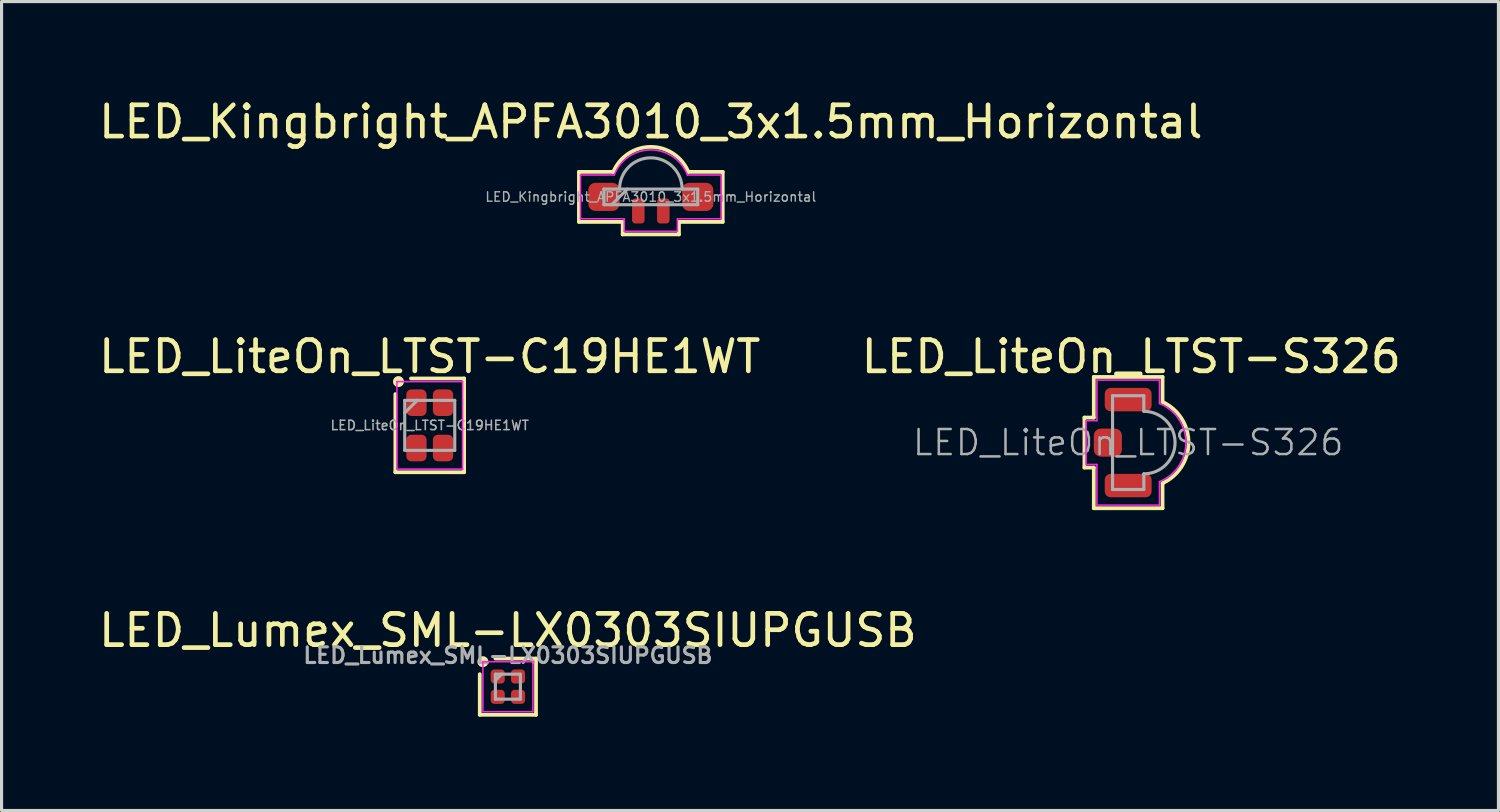
<source format=kicad_pcb>
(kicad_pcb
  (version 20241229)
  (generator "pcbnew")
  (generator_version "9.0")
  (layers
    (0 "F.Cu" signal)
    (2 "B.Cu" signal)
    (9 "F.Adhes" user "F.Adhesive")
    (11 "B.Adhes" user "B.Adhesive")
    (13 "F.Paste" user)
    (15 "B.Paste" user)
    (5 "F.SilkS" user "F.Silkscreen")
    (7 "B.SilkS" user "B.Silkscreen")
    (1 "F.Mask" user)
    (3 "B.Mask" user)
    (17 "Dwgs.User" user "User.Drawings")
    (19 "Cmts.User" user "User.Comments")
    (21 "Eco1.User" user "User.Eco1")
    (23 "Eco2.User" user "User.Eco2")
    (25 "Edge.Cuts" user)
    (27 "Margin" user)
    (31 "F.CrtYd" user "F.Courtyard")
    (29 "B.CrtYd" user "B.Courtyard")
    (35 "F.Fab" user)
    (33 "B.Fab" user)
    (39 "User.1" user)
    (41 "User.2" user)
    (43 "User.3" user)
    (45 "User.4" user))
  (footprint "LED_Lumex_SML-LX0303SIUPGUSB"
    (layer "F.Cu")
    (at 13.196 18.915)
    (property "Reference" "LED_Lumex_SML-LX0303SIUPGUSB" (at 0 -1.8 0) (layer "F.SilkS") (effects (font (size 1 1) (thickness 0.15))))
    (attr smd)
    (fp_line (start -0.9 -0.4) (end -0.9 0.9) (stroke (width 0.12) (type default)) (layer "F.SilkS"))
    (fp_line (start -0.9 0.9) (end 0.9 0.9) (stroke (width 0.12) (type default)) (layer "F.SilkS"))
    (fp_line (start 0.9 -0.9) (end -0.4 -0.9) (stroke (width 0.12) (type default)) (layer "F.SilkS"))
    (fp_line (start 0.9 0.9) (end 0.9 -0.9) (stroke (width 0.12) (type default)) (layer "F.SilkS"))
    (fp_circle (center -0.8 -0.8) (end -0.7 -0.8) (stroke (width 0.15) (type solid)) (fill yes) (layer "F.SilkS"))
    (fp_line (start -0.8 -0.8) (end -0.8 0.8) (stroke (width 0.05) (type solid)) (layer "F.CrtYd"))
    (fp_line (start -0.8 0.8) (end 0.8 0.8) (stroke (width 0.05) (type solid)) (layer "F.CrtYd"))
    (fp_line (start 0.8 -0.8) (end -0.8 -0.8) (stroke (width 0.05) (type solid)) (layer "F.CrtYd"))
    (fp_line (start 0.8 0.8) (end 0.8 -0.8) (stroke (width 0.05) (type solid)) (layer "F.CrtYd"))
    (fp_line (start -0.4 -0.4) (end -0.2 -0.4) (stroke (width 0.1) (type default)) (layer "F.Fab"))
    (fp_line (start -0.4 -0.2) (end -0.4 -0.4) (stroke (width 0.1) (type default)) (layer "F.Fab"))
    (fp_line (start -0.4 -0.2) (end -0.4 0.4) (stroke (width 0.1) (type solid)) (layer "F.Fab"))
    (fp_line (start -0.4 0.4) (end 0.4 0.4) (stroke (width 0.1) (type solid)) (layer "F.Fab"))
    (fp_line (start -0.2 -0.4) (end -0.4 -0.2) (stroke (width 0.1) (type solid)) (layer "F.Fab"))
    (fp_line (start 0.4 -0.4) (end -0.2 -0.4) (stroke (width 0.1) (type solid)) (layer "F.Fab"))
    (fp_line (start 0.4 0.4) (end 0.4 -0.4) (stroke (width 0.1) (type solid)) (layer "F.Fab"))
    (fp_text user "${REFERENCE}" (at 0 -1 0) (layer "F.Fab") (effects (font (size 0.5 0.5) (thickness 0.1))))
    (pad "1" smd roundrect (at -0.325 -0.325) (size 0.45 0.45) (layers "F.Cu" "F.Mask" "F.Paste") (roundrect_rratio 0.25))
    (pad "2" smd roundrect (at 0.325 -0.325) (size 0.45 0.45) (layers "F.Cu" "F.Mask" "F.Paste") (roundrect_rratio 0.25))
    (pad "3" smd roundrect (at 0.325 0.325) (size 0.45 0.45) (layers "F.Cu" "F.Mask" "F.Paste") (roundrect_rratio 0.25))
    (pad "4" smd roundrect (at -0.325 0.325) (size 0.45 0.45) (layers "F.Cu" "F.Mask" "F.Paste") (roundrect_rratio 0.25)))
  (footprint "LED_LiteOn_LTST-C19HE1WT"
    (layer "F.Cu")
    (at 10.696 10.556)
    (property "Reference" "LED_LiteOn_LTST-C19HE1WT" (at 0 -2.2 0) (layer "F.SilkS") (effects (font (size 1 1) (thickness 0.15))))
    (attr smd)
    (fp_line (start -1.1 -1) (end -1.1 1.5) (stroke (width 0.12) (type default)) (layer "F.SilkS"))
    (fp_line (start -1.1 1.5) (end 1.1 1.5) (stroke (width 0.12) (type default)) (layer "F.SilkS"))
    (fp_line (start 1.1 -1.5) (end -0.6 -1.5) (stroke (width 0.12) (type default)) (layer "F.SilkS"))
    (fp_line (start 1.1 1.5) (end 1.1 -1.5) (stroke (width 0.12) (type default)) (layer "F.SilkS"))
    (fp_circle (center -1 -1.4) (end -0.9 -1.4) (stroke (width 0.15) (type solid)) (fill yes) (layer "F.SilkS"))
    (fp_line (start -1.05 -1.4) (end 1.05 -1.4) (stroke (width 0.05) (type solid)) (layer "F.CrtYd"))
    (fp_line (start -1.05 1.4) (end -1.05 -1.4) (stroke (width 0.05) (type solid)) (layer "F.CrtYd"))
    (fp_line (start 1.05 -1.4) (end 1.05 1.4) (stroke (width 0.05) (type solid)) (layer "F.CrtYd"))
    (fp_line (start 1.05 1.4) (end -1.05 1.4) (stroke (width 0.05) (type solid)) (layer "F.CrtYd"))
    (fp_line (start -0.8 -0.4) (end -0.8 0.8) (stroke (width 0.1) (type solid)) (layer "F.Fab"))
    (fp_line (start -0.8 0.8) (end 0.8 0.8) (stroke (width 0.1) (type solid)) (layer "F.Fab"))
    (fp_line (start -0.4 -0.8) (end -0.8 -0.4) (stroke (width 0.1) (type solid)) (layer "F.Fab"))
    (fp_line (start 0.8 -0.8) (end -0.4 -0.8) (stroke (width 0.1) (type solid)) (layer "F.Fab"))
    (fp_line (start 0.8 0.8) (end 0.8 -0.8) (stroke (width 0.1) (type solid)) (layer "F.Fab"))
    (fp_rect (start -0.8 -0.4) (end -0.8 -0.8) (stroke (width 0.1) (type default)) (fill no) (layer "F.Fab"))
    (fp_rect (start -0.4 -0.8) (end -0.8 -0.8) (stroke (width 0.1) (type default)) (fill no) (layer "F.Fab"))
    (fp_text user "${REFERENCE}" (at 0 0 0) (layer "F.Fab") (effects (font (size 0.3 0.3) (thickness 0.05))))
    (pad "1" smd roundrect (at -0.425 -0.725) (size 0.65 0.85) (layers "F.Cu" "F.Mask" "F.Paste") (roundrect_rratio 0.25))
    (pad "2" smd roundrect (at 0.425 -0.725) (size 0.65 0.85) (layers "F.Cu" "F.Mask" "F.Paste") (roundrect_rratio 0.25))
    (pad "3" smd roundrect (at 0.425 0.725) (size 0.65 0.85) (layers "F.Cu" "F.Mask" "F.Paste") (roundrect_rratio 0.25))
    (pad "4" smd roundrect (at -0.425 0.725) (size 0.65 0.85) (layers "F.Cu" "F.Mask" "F.Paste") (roundrect_rratio 0.25)))
  (footprint "LED_LiteOn_LTST-S326"
    (layer "F.Cu")
    (at 33.037 11.107)
    (property "Reference" "LED_LiteOn_LTST-S326" (at 0.1 -2.75 0) (layer "F.SilkS") (effects (font (size 1 1) (thickness 0.15))))
    (attr smd)
    (fp_line (start -1.4 -0.8) (end -1.4 0.8) (stroke (width 0.12) (type default)) (layer "F.SilkS"))
    (fp_line (start -1.4 -0.8) (end -1.1 -0.8) (stroke (width 0.12) (type default)) (layer "F.SilkS"))
    (fp_line (start -1.4 0.8) (end -1.1 0.8) (stroke (width 0.12) (type default)) (layer "F.SilkS"))
    (fp_line (start -1.1 -2.1) (end 1.1 -2.1) (stroke (width 0.12) (type default)) (layer "F.SilkS"))
    (fp_line (start -1.1 -0.8) (end -1.1 -2.1) (stroke (width 0.12) (type default)) (layer "F.SilkS"))
    (fp_line (start -1.1 0.8) (end -1.1 2.1) (stroke (width 0.12) (type default)) (layer "F.SilkS"))
    (fp_line (start -1.1 2.1) (end 1.1 2.1) (stroke (width 0.12) (type default)) (layer "F.SilkS"))
    (fp_line (start 1.1 -2.1) (end 1.1 -1.3) (stroke (width 0.12) (type default)) (layer "F.SilkS"))
    (fp_line (start 1.1 2.1) (end 1.1 1.3) (stroke (width 0.12) (type default)) (layer "F.SilkS"))
    (fp_arc (start 1.1 -1.3) (mid 1.931782 0) (end 1.1 1.3) (stroke (width 0.12) (type default)) (layer "F.SilkS"))
    (fp_line (start -1.35 -0.7) (end -1 -0.7) (stroke (width 0.05) (type default)) (layer "F.CrtYd"))
    (fp_line (start -1.35 0.7) (end -1.35 -0.7) (stroke (width 0.05) (type default)) (layer "F.CrtYd"))
    (fp_line (start -1 -2) (end 1 -2) (stroke (width 0.05) (type default)) (layer "F.CrtYd"))
    (fp_line (start -1 -0.7) (end -1 -2) (stroke (width 0.05) (type default)) (layer "F.CrtYd"))
    (fp_line (start -1 0.7) (end -1.35 0.7) (stroke (width 0.05) (type default)) (layer "F.CrtYd"))
    (fp_line (start -1 0.7) (end -1 2) (stroke (width 0.05) (type default)) (layer "F.CrtYd"))
    (fp_line (start -1 2) (end 1 2) (stroke (width 0.05) (type default)) (layer "F.CrtYd"))
    (fp_line (start 1 -2) (end 1 -1.25) (stroke (width 0.05) (type default)) (layer "F.CrtYd"))
    (fp_line (start 1 2) (end 1 1.25) (stroke (width 0.05) (type default)) (layer "F.CrtYd"))
    (fp_arc (start 1 -1.25) (mid 1.846291 0) (end 1 1.25) (stroke (width 0.05) (type default)) (layer "F.CrtYd"))
    (fp_line (start -0.5 -1.5) (end -0.5 1.5) (stroke (width 0.1) (type solid)) (layer "F.Fab"))
    (fp_line (start -0.5 -1.5) (end 0.5 -1.5) (stroke (width 0.1) (type solid)) (layer "F.Fab"))
    (fp_line (start 0.5 -1.5) (end 0.5 -1) (stroke (width 0.1) (type solid)) (layer "F.Fab"))
    (fp_line (start 0.5 1.5) (end -0.5 1.5) (stroke (width 0.1) (type solid)) (layer "F.Fab"))
    (fp_line (start 0.5 1.5) (end 0.5 1) (stroke (width 0.1) (type solid)) (layer "F.Fab"))
    (fp_arc (start 0.5 -1) (mid 1.5 0) (end 0.5 1) (stroke (width 0.1) (type solid)) (layer "F.Fab"))
    (fp_text user "${REFERENCE}" (at 0 0 0) (layer "F.Fab") (effects (font (size 0.8 0.8) (thickness 0.08))))
    (pad "1" smd roundrect (at 0 -1.375 180) (size 1.5 0.75) (layers "F.Cu" "F.Mask" "F.Paste") (roundrect_rratio 0.25))
    (pad "2" smd roundrect (at -0.65 0 180) (size 0.9 0.9) (layers "F.Cu" "F.Mask" "F.Paste") (roundrect_rratio 0.25))
    (pad "3" smd roundrect (at 0 1.375 180) (size 1.5 0.75) (layers "F.Cu" "F.Mask" "F.Paste") (roundrect_rratio 0.25)))
  (footprint "LED_Kingbright_APFA3010_3x1.5mm_Horizontal"
    (layer "F.Cu")
    (at 17.768 3.248)
    (property "Reference" "LED_Kingbright_APFA3010_3x1.5mm_Horizontal" (at 0 -2.4 0) (layer "F.SilkS") (effects (font (size 1 1) (thickness 0.15))))
    (attr smd)
    (fp_line (start -2.3 -0.8) (end -2.3 0.8) (stroke (width 0.12) (type default)) (layer "F.SilkS"))
    (fp_line (start -2.3 0.8) (end -0.9 0.8) (stroke (width 0.12) (type default)) (layer "F.SilkS"))
    (fp_line (start -1.2 -0.8) (end -2.3 -0.8) (stroke (width 0.12) (type default)) (layer "F.SilkS"))
    (fp_line (start -0.9 0.8) (end -0.9 1.2) (stroke (width 0.12) (type default)) (layer "F.SilkS"))
    (fp_line (start -0.9 1.2) (end 0.9 1.2) (stroke (width 0.12) (type default)) (layer "F.SilkS"))
    (fp_line (start 0.9 0.8) (end 2.3 0.8) (stroke (width 0.12) (type default)) (layer "F.SilkS"))
    (fp_line (start 0.9 1.2) (end 0.9 0.8) (stroke (width 0.12) (type default)) (layer "F.SilkS"))
    (fp_line (start 2.3 -0.8) (end 1.2 -0.8) (stroke (width 0.12) (type default)) (layer "F.SilkS"))
    (fp_line (start 2.3 0.8) (end 2.3 -0.8) (stroke (width 0.12) (type default)) (layer "F.SilkS"))
    (fp_arc (start -1.2 -0.8) (mid 0 -1.6) (end 1.2 -0.8) (stroke (width 0.12) (type default)) (layer "F.SilkS"))
    (fp_line (start -2.25 -0.7) (end -1.17 -0.7) (stroke (width 0.05) (type solid)) (layer "F.CrtYd"))
    (fp_line (start -2.25 0.7) (end -2.25 -0.7) (stroke (width 0.05) (type solid)) (layer "F.CrtYd"))
    (fp_line (start -2.25 0.7) (end -0.85 0.7) (stroke (width 0.05) (type solid)) (layer "F.CrtYd"))
    (fp_line (start -0.85 0.7) (end -0.85 1.1) (stroke (width 0.05) (type solid)) (layer "F.CrtYd"))
    (fp_line (start -0.85 1.1) (end 0.85 1.1) (stroke (width 0.05) (type solid)) (layer "F.CrtYd"))
    (fp_line (start 0.85 0.7) (end 2.25 0.7) (stroke (width 0.05) (type solid)) (layer "F.CrtYd"))
    (fp_line (start 0.85 1.1) (end 0.85 0.7) (stroke (width 0.05) (type solid)) (layer "F.CrtYd"))
    (fp_line (start 2.25 -0.7) (end 1.17 -0.7) (stroke (width 0.05) (type solid)) (layer "F.CrtYd"))
    (fp_line (start 2.25 0.7) (end 2.25 -0.7) (stroke (width 0.05) (type solid)) (layer "F.CrtYd"))
    (fp_arc (start -1.17 -0.7) (mid 0 -1.503555) (end 1.17 -0.7) (stroke (width 0.05) (type solid)) (layer "F.CrtYd"))
    (fp_line (start -1.5 -0.25) (end -1.5 0.25) (stroke (width 0.1) (type solid)) (layer "F.Fab"))
    (fp_line (start -1.5 0.25) (end 1.5 0.25) (stroke (width 0.1) (type solid)) (layer "F.Fab"))
    (fp_line (start -0.75 -0.25) (end -1.25 0.25) (stroke (width 0.1) (type solid)) (layer "F.Fab"))
    (fp_line (start 1.5 -0.25) (end -1.5 -0.25) (stroke (width 0.1) (type solid)) (layer "F.Fab"))
    (fp_line (start 1.5 0.25) (end 1.5 -0.25) (stroke (width 0.1) (type solid)) (layer "F.Fab"))
    (fp_arc (start -1 -0.25) (mid 0 -1.25) (end 1 -0.25) (stroke (width 0.1) (type solid)) (layer "F.Fab"))
    (fp_text user "${REFERENCE}" (at 0 0 0) (layer "F.Fab") (effects (font (size 0.3 0.3) (thickness 0.045))))
    (pad "1" smd roundrect (at -1.5 0) (size 1 0.9) (layers "F.Cu" "F.Mask" "F.Paste") (roundrect_rratio 0.25))
    (pad "2" smd roundrect (at 1.5 0) (size 1 0.9) (layers "F.Cu" "F.Mask" "F.Paste") (roundrect_rratio 0.25))
    (pad "3" smd roundrect (at 0.4 0.45) (size 0.4 0.8) (layers "F.Cu" "F.Mask" "F.Paste") (roundrect_rratio 0.25))
    (pad "4" smd roundrect (at -0.4 0.45) (size 0.4 0.8) (layers "F.Cu" "F.Mask" "F.Paste") (roundrect_rratio 0.25)))
  (gr_rect
    (start -3 -3)
    (end 44.881 22.875)
    (stroke (width 0.1) (type default))
    (fill no)
    (layer "Edge.Cuts")))
</source>
